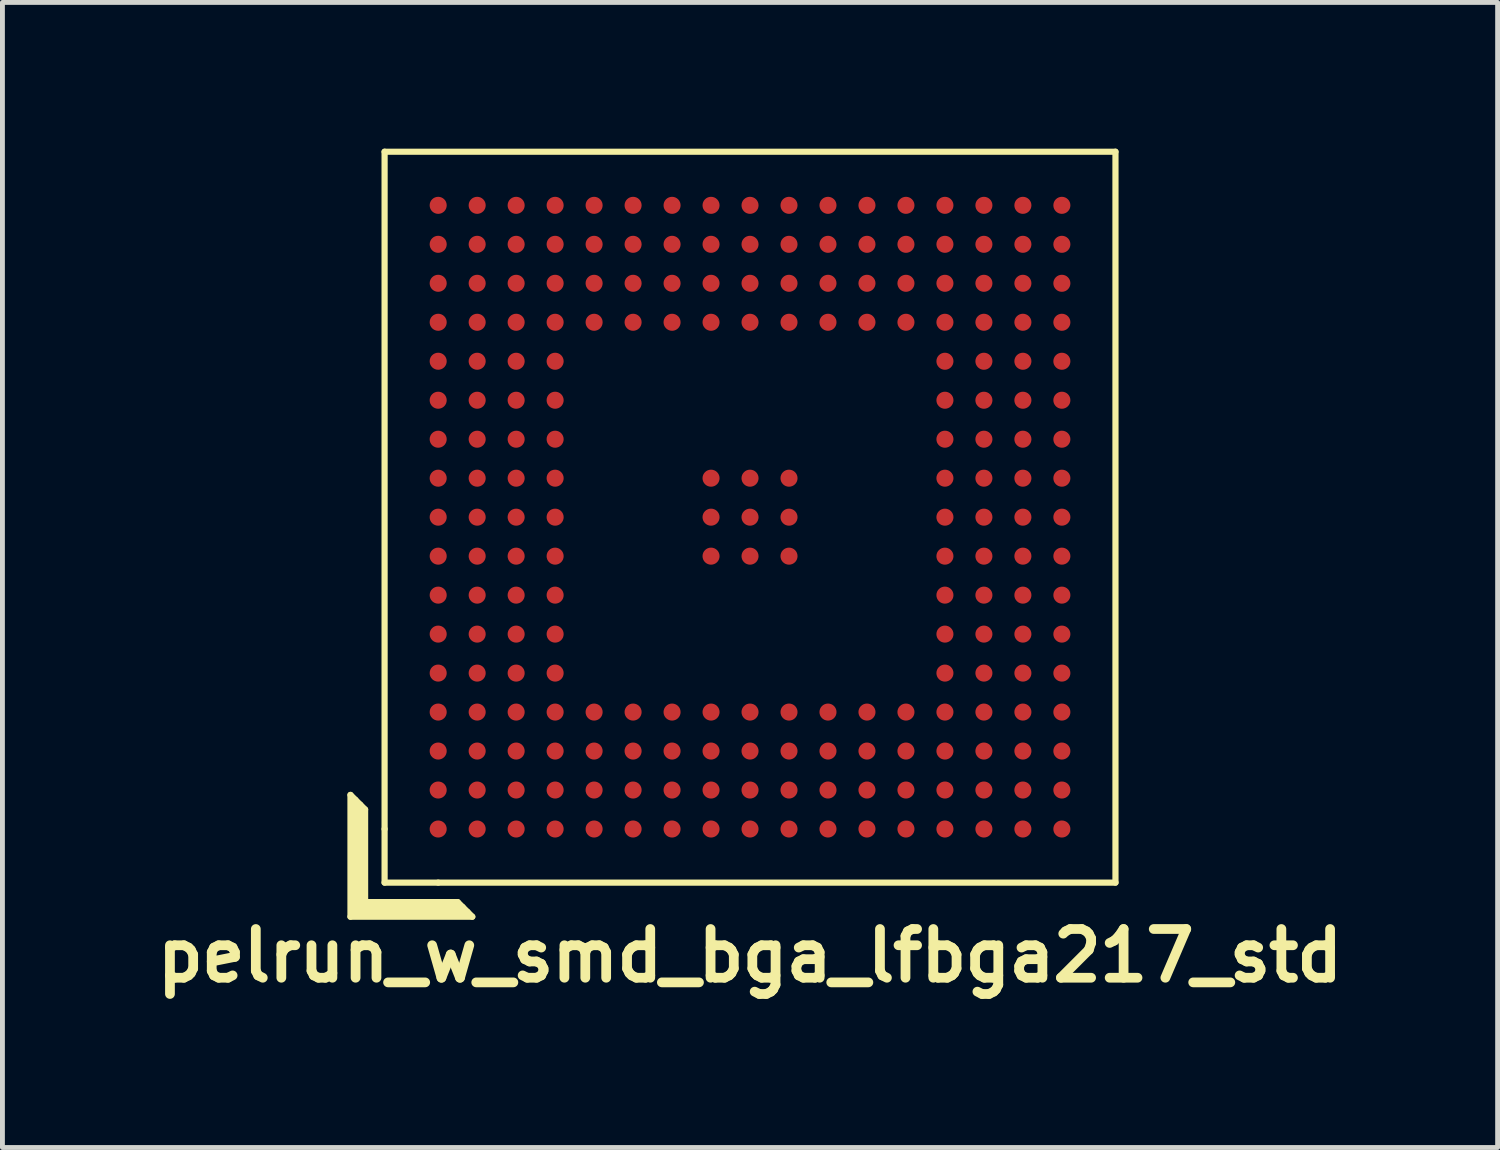
<source format=kicad_pcb>
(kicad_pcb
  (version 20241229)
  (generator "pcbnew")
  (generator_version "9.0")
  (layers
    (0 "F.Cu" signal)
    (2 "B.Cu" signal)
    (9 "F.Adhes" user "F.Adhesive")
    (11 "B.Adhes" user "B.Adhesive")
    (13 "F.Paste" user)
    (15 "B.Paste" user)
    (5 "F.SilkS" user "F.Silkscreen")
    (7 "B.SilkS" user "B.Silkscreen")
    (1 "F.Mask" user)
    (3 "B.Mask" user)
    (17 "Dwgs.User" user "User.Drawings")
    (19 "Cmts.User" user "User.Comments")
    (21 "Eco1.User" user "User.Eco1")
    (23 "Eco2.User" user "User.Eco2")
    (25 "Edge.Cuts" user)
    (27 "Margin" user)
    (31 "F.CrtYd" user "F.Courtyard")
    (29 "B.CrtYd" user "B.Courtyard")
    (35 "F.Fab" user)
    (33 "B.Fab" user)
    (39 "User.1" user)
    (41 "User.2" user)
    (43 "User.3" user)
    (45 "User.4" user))
  (footprint "pelrun_w_smd_bga_lfbga217_std"
    (layer "F.Cu")
    (at 12.343 7.564)
    (property "Reference" "pelrun_w_smd_bga_lfbga217_std" (at 0 9 0) (layer "F.SilkS") (effects (font (size 1 1) (thickness 0.2))))
    (attr through_hole)
    (fp_line (start -8.2 5.7) (end -7.9 6) (stroke (width 0.127) (type solid)) (layer "F.SilkS"))
    (fp_line (start -8.2 8.2) (end -8.2 5.7) (stroke (width 0.127) (type solid)) (layer "F.SilkS"))
    (fp_line (start -8.1 8.1) (end -8.1 5.8) (stroke (width 0.127) (type solid)) (layer "F.SilkS"))
    (fp_line (start -8 5.9) (end -8 8) (stroke (width 0.127) (type solid)) (layer "F.SilkS"))
    (fp_line (start -8 8) (end -5.9 8) (stroke (width 0.127) (type solid)) (layer "F.SilkS"))
    (fp_line (start -7.9 6) (end -7.9 7.9) (stroke (width 0.127) (type solid)) (layer "F.SilkS"))
    (fp_line (start -7.9 7.9) (end -6 7.9) (stroke (width 0.127) (type solid)) (layer "F.SilkS"))
    (fp_line (start -7.5 -7.5) (end 7.5 -7.5) (stroke (width 0.127) (type solid)) (layer "F.SilkS"))
    (fp_line (start -7.5 6.4) (end -7.5 -7.5) (stroke (width 0.127) (type solid)) (layer "F.SilkS"))
    (fp_line (start -7.5 6.4) (end -7.5 7.5) (stroke (width 0.127) (type solid)) (layer "F.SilkS"))
    (fp_line (start -7.5 7.5) (end -6.4 7.5) (stroke (width 0.127) (type solid)) (layer "F.SilkS"))
    (fp_line (start -6 7.9) (end -5.7 8.2) (stroke (width 0.127) (type solid)) (layer "F.SilkS"))
    (fp_line (start -5.8 8.1) (end -8.1 8.1) (stroke (width 0.127) (type solid)) (layer "F.SilkS"))
    (fp_line (start -5.7 8.2) (end -8.2 8.2) (stroke (width 0.127) (type solid)) (layer "F.SilkS"))
    (fp_line (start 7.5 -7.5) (end 7.5 7.5) (stroke (width 0.127) (type solid)) (layer "F.SilkS"))
    (fp_line (start 7.5 7.5) (end -6.4 7.5) (stroke (width 0.127) (type solid)) (layer "F.SilkS"))
    (pad "A1" smd circle (at -6.4 6.4 90) (size 0.35 0.35) (layers "F.Cu" "F.Mask" "F.Paste"))
    (pad "A2" smd circle (at -6.4 5.6 90) (size 0.35 0.35) (layers "F.Cu" "F.Mask" "F.Paste"))
    (pad "A3" smd circle (at -6.4 4.8 90) (size 0.35 0.35) (layers "F.Cu" "F.Mask" "F.Paste"))
    (pad "A4" smd circle (at -6.4 4 90) (size 0.35 0.35) (layers "F.Cu" "F.Mask" "F.Paste"))
    (pad "A5" smd circle (at -6.4 3.2 90) (size 0.35 0.35) (layers "F.Cu" "F.Mask" "F.Paste"))
    (pad "A6" smd circle (at -6.4 2.4 90) (size 0.35 0.35) (layers "F.Cu" "F.Mask" "F.Paste"))
    (pad "A7" smd circle (at -6.4 1.6 90) (size 0.35 0.35) (layers "F.Cu" "F.Mask" "F.Paste"))
    (pad "A8" smd circle (at -6.4 0.8 90) (size 0.35 0.35) (layers "F.Cu" "F.Mask" "F.Paste"))
    (pad "A9" smd circle (at -6.4 0 90) (size 0.35 0.35) (layers "F.Cu" "F.Mask" "F.Paste"))
    (pad "A10" smd circle (at -6.4 -0.8 90) (size 0.35 0.35) (layers "F.Cu" "F.Mask" "F.Paste"))
    (pad "A11" smd circle (at -6.4 -1.6 90) (size 0.35 0.35) (layers "F.Cu" "F.Mask" "F.Paste"))
    (pad "A12" smd circle (at -6.4 -2.4 90) (size 0.35 0.35) (layers "F.Cu" "F.Mask" "F.Paste"))
    (pad "A13" smd circle (at -6.4 -3.2 90) (size 0.35 0.35) (layers "F.Cu" "F.Mask" "F.Paste"))
    (pad "A14" smd circle (at -6.4 -4 90) (size 0.35 0.35) (layers "F.Cu" "F.Mask" "F.Paste"))
    (pad "A15" smd circle (at -6.4 -4.8 90) (size 0.35 0.35) (layers "F.Cu" "F.Mask" "F.Paste"))
    (pad "A16" smd circle (at -6.4 -5.6 90) (size 0.35 0.35) (layers "F.Cu" "F.Mask" "F.Paste"))
    (pad "A17" smd circle (at -6.4 -6.4 90) (size 0.35 0.35) (layers "F.Cu" "F.Mask" "F.Paste"))
    (pad "B1" smd circle (at -5.6 6.4 90) (size 0.35 0.35) (layers "F.Cu" "F.Mask" "F.Paste"))
    (pad "B2" smd circle (at -5.6 5.6 90) (size 0.35 0.35) (layers "F.Cu" "F.Mask" "F.Paste"))
    (pad "B3" smd circle (at -5.6 4.8 90) (size 0.35 0.35) (layers "F.Cu" "F.Mask" "F.Paste"))
    (pad "B4" smd circle (at -5.6 4 90) (size 0.35 0.35) (layers "F.Cu" "F.Mask" "F.Paste"))
    (pad "B5" smd circle (at -5.6 3.2 90) (size 0.35 0.35) (layers "F.Cu" "F.Mask" "F.Paste"))
    (pad "B6" smd circle (at -5.6 2.4 90) (size 0.35 0.35) (layers "F.Cu" "F.Mask" "F.Paste"))
    (pad "B7" smd circle (at -5.6 1.6 90) (size 0.35 0.35) (layers "F.Cu" "F.Mask" "F.Paste"))
    (pad "B8" smd circle (at -5.6 0.8 90) (size 0.35 0.35) (layers "F.Cu" "F.Mask" "F.Paste"))
    (pad "B9" smd circle (at -5.6 0 90) (size 0.35 0.35) (layers "F.Cu" "F.Mask" "F.Paste"))
    (pad "B10" smd circle (at -5.6 -0.8 90) (size 0.35 0.35) (layers "F.Cu" "F.Mask" "F.Paste"))
    (pad "B11" smd circle (at -5.6 -1.6 90) (size 0.35 0.35) (layers "F.Cu" "F.Mask" "F.Paste"))
    (pad "B12" smd circle (at -5.6 -2.4 90) (size 0.35 0.35) (layers "F.Cu" "F.Mask" "F.Paste"))
    (pad "B13" smd circle (at -5.6 -3.2 90) (size 0.35 0.35) (layers "F.Cu" "F.Mask" "F.Paste"))
    (pad "B14" smd circle (at -5.6 -4 90) (size 0.35 0.35) (layers "F.Cu" "F.Mask" "F.Paste"))
    (pad "B15" smd circle (at -5.6 -4.8 90) (size 0.35 0.35) (layers "F.Cu" "F.Mask" "F.Paste"))
    (pad "B16" smd circle (at -5.6 -5.6 90) (size 0.35 0.35) (layers "F.Cu" "F.Mask" "F.Paste"))
    (pad "B17" smd circle (at -5.6 -6.4 90) (size 0.35 0.35) (layers "F.Cu" "F.Mask" "F.Paste"))
    (pad "C1" smd circle (at -4.8 6.4 90) (size 0.35 0.35) (layers "F.Cu" "F.Mask" "F.Paste"))
    (pad "C2" smd circle (at -4.8 5.6 90) (size 0.35 0.35) (layers "F.Cu" "F.Mask" "F.Paste"))
    (pad "C3" smd circle (at -4.8 4.8 90) (size 0.35 0.35) (layers "F.Cu" "F.Mask" "F.Paste"))
    (pad "C4" smd circle (at -4.8 4 90) (size 0.35 0.35) (layers "F.Cu" "F.Mask" "F.Paste"))
    (pad "C5" smd circle (at -4.8 3.2 90) (size 0.35 0.35) (layers "F.Cu" "F.Mask" "F.Paste"))
    (pad "C6" smd circle (at -4.8 2.4 90) (size 0.35 0.35) (layers "F.Cu" "F.Mask" "F.Paste"))
    (pad "C7" smd circle (at -4.8 1.6 90) (size 0.35 0.35) (layers "F.Cu" "F.Mask" "F.Paste"))
    (pad "C8" smd circle (at -4.8 0.8 90) (size 0.35 0.35) (layers "F.Cu" "F.Mask" "F.Paste"))
    (pad "C9" smd circle (at -4.8 0 90) (size 0.35 0.35) (layers "F.Cu" "F.Mask" "F.Paste"))
    (pad "C10" smd circle (at -4.8 -0.8 90) (size 0.35 0.35) (layers "F.Cu" "F.Mask" "F.Paste"))
    (pad "C11" smd circle (at -4.8 -1.6 90) (size 0.35 0.35) (layers "F.Cu" "F.Mask" "F.Paste"))
    (pad "C12" smd circle (at -4.8 -2.4 90) (size 0.35 0.35) (layers "F.Cu" "F.Mask" "F.Paste"))
    (pad "C13" smd circle (at -4.8 -3.2 90) (size 0.35 0.35) (layers "F.Cu" "F.Mask" "F.Paste"))
    (pad "C14" smd circle (at -4.8 -4 90) (size 0.35 0.35) (layers "F.Cu" "F.Mask" "F.Paste"))
    (pad "C15" smd circle (at -4.8 -4.8 90) (size 0.35 0.35) (layers "F.Cu" "F.Mask" "F.Paste"))
    (pad "C16" smd circle (at -4.8 -5.6 90) (size 0.35 0.35) (layers "F.Cu" "F.Mask" "F.Paste"))
    (pad "C17" smd circle (at -4.8 -6.4 90) (size 0.35 0.35) (layers "F.Cu" "F.Mask" "F.Paste"))
    (pad "D1" smd circle (at -4 6.4 90) (size 0.35 0.35) (layers "F.Cu" "F.Mask" "F.Paste"))
    (pad "D2" smd circle (at -4 5.6 90) (size 0.35 0.35) (layers "F.Cu" "F.Mask" "F.Paste"))
    (pad "D3" smd circle (at -4 4.8 90) (size 0.35 0.35) (layers "F.Cu" "F.Mask" "F.Paste"))
    (pad "D4" smd circle (at -4 4 90) (size 0.35 0.35) (layers "F.Cu" "F.Mask" "F.Paste"))
    (pad "D5" smd circle (at -4 3.2 90) (size 0.35 0.35) (layers "F.Cu" "F.Mask" "F.Paste"))
    (pad "D6" smd circle (at -4 2.4 90) (size 0.35 0.35) (layers "F.Cu" "F.Mask" "F.Paste"))
    (pad "D7" smd circle (at -4 1.6 90) (size 0.35 0.35) (layers "F.Cu" "F.Mask" "F.Paste"))
    (pad "D8" smd circle (at -4 0.8 90) (size 0.35 0.35) (layers "F.Cu" "F.Mask" "F.Paste"))
    (pad "D9" smd circle (at -4 0 90) (size 0.35 0.35) (layers "F.Cu" "F.Mask" "F.Paste"))
    (pad "D10" smd circle (at -4 -0.8 90) (size 0.35 0.35) (layers "F.Cu" "F.Mask" "F.Paste"))
    (pad "D11" smd circle (at -4 -1.6 90) (size 0.35 0.35) (layers "F.Cu" "F.Mask" "F.Paste"))
    (pad "D12" smd circle (at -4 -2.4 90) (size 0.35 0.35) (layers "F.Cu" "F.Mask" "F.Paste"))
    (pad "D13" smd circle (at -4 -3.2 90) (size 0.35 0.35) (layers "F.Cu" "F.Mask" "F.Paste"))
    (pad "D14" smd circle (at -4 -4 90) (size 0.35 0.35) (layers "F.Cu" "F.Mask" "F.Paste"))
    (pad "D15" smd circle (at -4 -4.8 90) (size 0.35 0.35) (layers "F.Cu" "F.Mask" "F.Paste"))
    (pad "D16" smd circle (at -4 -5.6 90) (size 0.35 0.35) (layers "F.Cu" "F.Mask" "F.Paste"))
    (pad "D17" smd circle (at -4 -6.4 90) (size 0.35 0.35) (layers "F.Cu" "F.Mask" "F.Paste"))
    (pad "E1" smd circle (at -3.2 6.4 90) (size 0.35 0.35) (layers "F.Cu" "F.Mask" "F.Paste"))
    (pad "E2" smd circle (at -3.2 5.6 90) (size 0.35 0.35) (layers "F.Cu" "F.Mask" "F.Paste"))
    (pad "E3" smd circle (at -3.2 4.8 90) (size 0.35 0.35) (layers "F.Cu" "F.Mask" "F.Paste"))
    (pad "E4" smd circle (at -3.2 4 90) (size 0.35 0.35) (layers "F.Cu" "F.Mask" "F.Paste"))
    (pad "E14" smd circle (at -3.2 -4 90) (size 0.35 0.35) (layers "F.Cu" "F.Mask" "F.Paste"))
    (pad "E15" smd circle (at -3.2 -4.8 90) (size 0.35 0.35) (layers "F.Cu" "F.Mask" "F.Paste"))
    (pad "E16" smd circle (at -3.2 -5.6 90) (size 0.35 0.35) (layers "F.Cu" "F.Mask" "F.Paste"))
    (pad "E17" smd circle (at -3.2 -6.4 90) (size 0.35 0.35) (layers "F.Cu" "F.Mask" "F.Paste"))
    (pad "F1" smd circle (at -2.4 6.4 90) (size 0.35 0.35) (layers "F.Cu" "F.Mask" "F.Paste"))
    (pad "F2" smd circle (at -2.4 5.6 90) (size 0.35 0.35) (layers "F.Cu" "F.Mask" "F.Paste"))
    (pad "F3" smd circle (at -2.4 4.8 90) (size 0.35 0.35) (layers "F.Cu" "F.Mask" "F.Paste"))
    (pad "F4" smd circle (at -2.4 4 90) (size 0.35 0.35) (layers "F.Cu" "F.Mask" "F.Paste"))
    (pad "F14" smd circle (at -2.4 -4 90) (size 0.35 0.35) (layers "F.Cu" "F.Mask" "F.Paste"))
    (pad "F15" smd circle (at -2.4 -4.8 90) (size 0.35 0.35) (layers "F.Cu" "F.Mask" "F.Paste"))
    (pad "F16" smd circle (at -2.4 -5.6 90) (size 0.35 0.35) (layers "F.Cu" "F.Mask" "F.Paste"))
    (pad "F17" smd circle (at -2.4 -6.4 90) (size 0.35 0.35) (layers "F.Cu" "F.Mask" "F.Paste"))
    (pad "G1" smd circle (at -1.6 6.4 90) (size 0.35 0.35) (layers "F.Cu" "F.Mask" "F.Paste"))
    (pad "G2" smd circle (at -1.6 5.6 90) (size 0.35 0.35) (layers "F.Cu" "F.Mask" "F.Paste"))
    (pad "G3" smd circle (at -1.6 4.8 90) (size 0.35 0.35) (layers "F.Cu" "F.Mask" "F.Paste"))
    (pad "G4" smd circle (at -1.6 4 90) (size 0.35 0.35) (layers "F.Cu" "F.Mask" "F.Paste"))
    (pad "G14" smd circle (at -1.6 -4 90) (size 0.35 0.35) (layers "F.Cu" "F.Mask" "F.Paste"))
    (pad "G15" smd circle (at -1.6 -4.8 90) (size 0.35 0.35) (layers "F.Cu" "F.Mask" "F.Paste"))
    (pad "G16" smd circle (at -1.6 -5.6 90) (size 0.35 0.35) (layers "F.Cu" "F.Mask" "F.Paste"))
    (pad "G17" smd circle (at -1.6 -6.4 90) (size 0.35 0.35) (layers "F.Cu" "F.Mask" "F.Paste"))
    (pad "H1" smd circle (at -0.8 6.4 90) (size 0.35 0.35) (layers "F.Cu" "F.Mask" "F.Paste"))
    (pad "H2" smd circle (at -0.8 5.6 90) (size 0.35 0.35) (layers "F.Cu" "F.Mask" "F.Paste"))
    (pad "H3" smd circle (at -0.8 4.8 90) (size 0.35 0.35) (layers "F.Cu" "F.Mask" "F.Paste"))
    (pad "H4" smd circle (at -0.8 4 90) (size 0.35 0.35) (layers "F.Cu" "F.Mask" "F.Paste"))
    (pad "H8" smd circle (at -0.8 0.8 90) (size 0.35 0.35) (layers "F.Cu" "F.Mask" "F.Paste"))
    (pad "H9" smd circle (at -0.8 0 90) (size 0.35 0.35) (layers "F.Cu" "F.Mask" "F.Paste"))
    (pad "H10" smd circle (at -0.8 -0.8 90) (size 0.35 0.35) (layers "F.Cu" "F.Mask" "F.Paste"))
    (pad "H14" smd circle (at -0.8 -4 90) (size 0.35 0.35) (layers "F.Cu" "F.Mask" "F.Paste"))
    (pad "H15" smd circle (at -0.8 -4.8 90) (size 0.35 0.35) (layers "F.Cu" "F.Mask" "F.Paste"))
    (pad "H16" smd circle (at -0.8 -5.6 90) (size 0.35 0.35) (layers "F.Cu" "F.Mask" "F.Paste"))
    (pad "H17" smd circle (at -0.8 -6.4 90) (size 0.35 0.35) (layers "F.Cu" "F.Mask" "F.Paste"))
    (pad "J1" smd circle (at 0 6.4 90) (size 0.35 0.35) (layers "F.Cu" "F.Mask" "F.Paste"))
    (pad "J2" smd circle (at 0 5.6 90) (size 0.35 0.35) (layers "F.Cu" "F.Mask" "F.Paste"))
    (pad "J3" smd circle (at 0 4.8 90) (size 0.35 0.35) (layers "F.Cu" "F.Mask" "F.Paste"))
    (pad "J4" smd circle (at 0 4 90) (size 0.35 0.35) (layers "F.Cu" "F.Mask" "F.Paste"))
    (pad "J8" smd circle (at 0 0.8 90) (size 0.35 0.35) (layers "F.Cu" "F.Mask" "F.Paste"))
    (pad "J9" smd circle (at 0 0 90) (size 0.35 0.35) (layers "F.Cu" "F.Mask" "F.Paste"))
    (pad "J10" smd circle (at 0 -0.8 90) (size 0.35 0.35) (layers "F.Cu" "F.Mask" "F.Paste"))
    (pad "J14" smd circle (at 0 -4 90) (size 0.35 0.35) (layers "F.Cu" "F.Mask" "F.Paste"))
    (pad "J15" smd circle (at 0 -4.8 90) (size 0.35 0.35) (layers "F.Cu" "F.Mask" "F.Paste"))
    (pad "J16" smd circle (at 0 -5.6 90) (size 0.35 0.35) (layers "F.Cu" "F.Mask" "F.Paste"))
    (pad "J17" smd circle (at 0 -6.4 90) (size 0.35 0.35) (layers "F.Cu" "F.Mask" "F.Paste"))
    (pad "K1" smd circle (at 0.8 6.4 90) (size 0.35 0.35) (layers "F.Cu" "F.Mask" "F.Paste"))
    (pad "K2" smd circle (at 0.8 5.6 90) (size 0.35 0.35) (layers "F.Cu" "F.Mask" "F.Paste"))
    (pad "K3" smd circle (at 0.8 4.8 90) (size 0.35 0.35) (layers "F.Cu" "F.Mask" "F.Paste"))
    (pad "K4" smd circle (at 0.8 4 90) (size 0.35 0.35) (layers "F.Cu" "F.Mask" "F.Paste"))
    (pad "K8" smd circle (at 0.8 0.8 90) (size 0.35 0.35) (layers "F.Cu" "F.Mask" "F.Paste"))
    (pad "K9" smd circle (at 0.8 0 90) (size 0.35 0.35) (layers "F.Cu" "F.Mask" "F.Paste"))
    (pad "K10" smd circle (at 0.8 -0.8 90) (size 0.35 0.35) (layers "F.Cu" "F.Mask" "F.Paste"))
    (pad "K14" smd circle (at 0.8 -4 90) (size 0.35 0.35) (layers "F.Cu" "F.Mask" "F.Paste"))
    (pad "K15" smd circle (at 0.8 -4.8 90) (size 0.35 0.35) (layers "F.Cu" "F.Mask" "F.Paste"))
    (pad "K16" smd circle (at 0.8 -5.6 90) (size 0.35 0.35) (layers "F.Cu" "F.Mask" "F.Paste"))
    (pad "K17" smd circle (at 0.8 -6.4 90) (size 0.35 0.35) (layers "F.Cu" "F.Mask" "F.Paste"))
    (pad "L1" smd circle (at 1.6 6.4 90) (size 0.35 0.35) (layers "F.Cu" "F.Mask" "F.Paste"))
    (pad "L2" smd circle (at 1.6 5.6 90) (size 0.35 0.35) (layers "F.Cu" "F.Mask" "F.Paste"))
    (pad "L3" smd circle (at 1.6 4.8 90) (size 0.35 0.35) (layers "F.Cu" "F.Mask" "F.Paste"))
    (pad "L4" smd circle (at 1.6 4 90) (size 0.35 0.35) (layers "F.Cu" "F.Mask" "F.Paste"))
    (pad "L14" smd circle (at 1.6 -4 90) (size 0.35 0.35) (layers "F.Cu" "F.Mask" "F.Paste"))
    (pad "L15" smd circle (at 1.6 -4.8 90) (size 0.35 0.35) (layers "F.Cu" "F.Mask" "F.Paste"))
    (pad "L16" smd circle (at 1.6 -5.6 90) (size 0.35 0.35) (layers "F.Cu" "F.Mask" "F.Paste"))
    (pad "L17" smd circle (at 1.6 -6.4 90) (size 0.35 0.35) (layers "F.Cu" "F.Mask" "F.Paste"))
    (pad "M1" smd circle (at 2.4 6.4 90) (size 0.35 0.35) (layers "F.Cu" "F.Mask" "F.Paste"))
    (pad "M2" smd circle (at 2.4 5.6 90) (size 0.35 0.35) (layers "F.Cu" "F.Mask" "F.Paste"))
    (pad "M3" smd circle (at 2.4 4.8 90) (size 0.35 0.35) (layers "F.Cu" "F.Mask" "F.Paste"))
    (pad "M4" smd circle (at 2.4 4 90) (size 0.35 0.35) (layers "F.Cu" "F.Mask" "F.Paste"))
    (pad "M14" smd circle (at 2.4 -4 90) (size 0.35 0.35) (layers "F.Cu" "F.Mask" "F.Paste"))
    (pad "M15" smd circle (at 2.4 -4.8 90) (size 0.35 0.35) (layers "F.Cu" "F.Mask" "F.Paste"))
    (pad "M16" smd circle (at 2.4 -5.6 90) (size 0.35 0.35) (layers "F.Cu" "F.Mask" "F.Paste"))
    (pad "M17" smd circle (at 2.4 -6.4 90) (size 0.35 0.35) (layers "F.Cu" "F.Mask" "F.Paste"))
    (pad "N1" smd circle (at 3.2 6.4 90) (size 0.35 0.35) (layers "F.Cu" "F.Mask" "F.Paste"))
    (pad "N2" smd circle (at 3.2 5.6 90) (size 0.35 0.35) (layers "F.Cu" "F.Mask" "F.Paste"))
    (pad "N3" smd circle (at 3.2 4.8 90) (size 0.35 0.35) (layers "F.Cu" "F.Mask" "F.Paste"))
    (pad "N4" smd circle (at 3.2 4 90) (size 0.35 0.35) (layers "F.Cu" "F.Mask" "F.Paste"))
    (pad "N14" smd circle (at 3.2 -4 90) (size 0.35 0.35) (layers "F.Cu" "F.Mask" "F.Paste"))
    (pad "N15" smd circle (at 3.2 -4.8 90) (size 0.35 0.35) (layers "F.Cu" "F.Mask" "F.Paste"))
    (pad "N16" smd circle (at 3.2 -5.6 90) (size 0.35 0.35) (layers "F.Cu" "F.Mask" "F.Paste"))
    (pad "N17" smd circle (at 3.2 -6.4 90) (size 0.35 0.35) (layers "F.Cu" "F.Mask" "F.Paste"))
    (pad "P1" smd circle (at 4 6.4 90) (size 0.35 0.35) (layers "F.Cu" "F.Mask" "F.Paste"))
    (pad "P2" smd circle (at 4 5.6 90) (size 0.35 0.35) (layers "F.Cu" "F.Mask" "F.Paste"))
    (pad "P3" smd circle (at 4 4.8 90) (size 0.35 0.35) (layers "F.Cu" "F.Mask" "F.Paste"))
    (pad "P4" smd circle (at 4 4 90) (size 0.35 0.35) (layers "F.Cu" "F.Mask" "F.Paste"))
    (pad "P5" smd circle (at 4 3.2 90) (size 0.35 0.35) (layers "F.Cu" "F.Mask" "F.Paste"))
    (pad "P6" smd circle (at 4 2.4 90) (size 0.35 0.35) (layers "F.Cu" "F.Mask" "F.Paste"))
    (pad "P7" smd circle (at 4 1.6 90) (size 0.35 0.35) (layers "F.Cu" "F.Mask" "F.Paste"))
    (pad "P8" smd circle (at 4 0.8 90) (size 0.35 0.35) (layers "F.Cu" "F.Mask" "F.Paste"))
    (pad "P9" smd circle (at 4 0 90) (size 0.35 0.35) (layers "F.Cu" "F.Mask" "F.Paste"))
    (pad "P10" smd circle (at 4 -0.8 90) (size 0.35 0.35) (layers "F.Cu" "F.Mask" "F.Paste"))
    (pad "P11" smd circle (at 4 -1.6 90) (size 0.35 0.35) (layers "F.Cu" "F.Mask" "F.Paste"))
    (pad "P12" smd circle (at 4 -2.4 90) (size 0.35 0.35) (layers "F.Cu" "F.Mask" "F.Paste"))
    (pad "P13" smd circle (at 4 -3.2 90) (size 0.35 0.35) (layers "F.Cu" "F.Mask" "F.Paste"))
    (pad "P14" smd circle (at 4 -4 90) (size 0.35 0.35) (layers "F.Cu" "F.Mask" "F.Paste"))
    (pad "P15" smd circle (at 4 -4.8 90) (size 0.35 0.35) (layers "F.Cu" "F.Mask" "F.Paste"))
    (pad "P16" smd circle (at 4 -5.6 90) (size 0.35 0.35) (layers "F.Cu" "F.Mask" "F.Paste"))
    (pad "P17" smd circle (at 4 -6.4 90) (size 0.35 0.35) (layers "F.Cu" "F.Mask" "F.Paste"))
    (pad "R1" smd circle (at 4.8 6.4 90) (size 0.35 0.35) (layers "F.Cu" "F.Mask" "F.Paste"))
    (pad "R2" smd circle (at 4.8 5.6 90) (size 0.35 0.35) (layers "F.Cu" "F.Mask" "F.Paste"))
    (pad "R3" smd circle (at 4.8 4.8 90) (size 0.35 0.35) (layers "F.Cu" "F.Mask" "F.Paste"))
    (pad "R4" smd circle (at 4.8 4 90) (size 0.35 0.35) (layers "F.Cu" "F.Mask" "F.Paste"))
    (pad "R5" smd circle (at 4.8 3.2 90) (size 0.35 0.35) (layers "F.Cu" "F.Mask" "F.Paste"))
    (pad "R6" smd circle (at 4.8 2.4 90) (size 0.35 0.35) (layers "F.Cu" "F.Mask" "F.Paste"))
    (pad "R7" smd circle (at 4.8 1.6 90) (size 0.35 0.35) (layers "F.Cu" "F.Mask" "F.Paste"))
    (pad "R8" smd circle (at 4.8 0.8 90) (size 0.35 0.35) (layers "F.Cu" "F.Mask" "F.Paste"))
    (pad "R9" smd circle (at 4.8 0 90) (size 0.35 0.35) (layers "F.Cu" "F.Mask" "F.Paste"))
    (pad "R10" smd circle (at 4.8 -0.8 90) (size 0.35 0.35) (layers "F.Cu" "F.Mask" "F.Paste"))
    (pad "R11" smd circle (at 4.8 -1.6 90) (size 0.35 0.35) (layers "F.Cu" "F.Mask" "F.Paste"))
    (pad "R12" smd circle (at 4.8 -2.4 90) (size 0.35 0.35) (layers "F.Cu" "F.Mask" "F.Paste"))
    (pad "R13" smd circle (at 4.8 -3.2 90) (size 0.35 0.35) (layers "F.Cu" "F.Mask" "F.Paste"))
    (pad "R14" smd circle (at 4.8 -4 90) (size 0.35 0.35) (layers "F.Cu" "F.Mask" "F.Paste"))
    (pad "R15" smd circle (at 4.8 -4.8 90) (size 0.35 0.35) (layers "F.Cu" "F.Mask" "F.Paste"))
    (pad "R16" smd circle (at 4.8 -5.6 90) (size 0.35 0.35) (layers "F.Cu" "F.Mask" "F.Paste"))
    (pad "R17" smd circle (at 4.8 -6.4 90) (size 0.35 0.35) (layers "F.Cu" "F.Mask" "F.Paste"))
    (pad "T1" smd circle (at 5.6 6.4 90) (size 0.35 0.35) (layers "F.Cu" "F.Mask" "F.Paste"))
    (pad "T2" smd circle (at 5.6 5.6 90) (size 0.35 0.35) (layers "F.Cu" "F.Mask" "F.Paste"))
    (pad "T3" smd circle (at 5.6 4.8 90) (size 0.35 0.35) (layers "F.Cu" "F.Mask" "F.Paste"))
    (pad "T4" smd circle (at 5.6 4 90) (size 0.35 0.35) (layers "F.Cu" "F.Mask" "F.Paste"))
    (pad "T5" smd circle (at 5.6 3.2 90) (size 0.35 0.35) (layers "F.Cu" "F.Mask" "F.Paste"))
    (pad "T6" smd circle (at 5.6 2.4 90) (size 0.35 0.35) (layers "F.Cu" "F.Mask" "F.Paste"))
    (pad "T7" smd circle (at 5.6 1.6 90) (size 0.35 0.35) (layers "F.Cu" "F.Mask" "F.Paste"))
    (pad "T8" smd circle (at 5.6 0.8 90) (size 0.35 0.35) (layers "F.Cu" "F.Mask" "F.Paste"))
    (pad "T9" smd circle (at 5.6 0 90) (size 0.35 0.35) (layers "F.Cu" "F.Mask" "F.Paste"))
    (pad "T10" smd circle (at 5.6 -0.8 90) (size 0.35 0.35) (layers "F.Cu" "F.Mask" "F.Paste"))
    (pad "T11" smd circle (at 5.6 -1.6 90) (size 0.35 0.35) (layers "F.Cu" "F.Mask" "F.Paste"))
    (pad "T12" smd circle (at 5.6 -2.4 90) (size 0.35 0.35) (layers "F.Cu" "F.Mask" "F.Paste"))
    (pad "T13" smd circle (at 5.6 -3.2 90) (size 0.35 0.35) (layers "F.Cu" "F.Mask" "F.Paste"))
    (pad "T14" smd circle (at 5.6 -4 90) (size 0.35 0.35) (layers "F.Cu" "F.Mask" "F.Paste"))
    (pad "T15" smd circle (at 5.6 -4.8 90) (size 0.35 0.35) (layers "F.Cu" "F.Mask" "F.Paste"))
    (pad "T16" smd circle (at 5.6 -5.6 90) (size 0.35 0.35) (layers "F.Cu" "F.Mask" "F.Paste"))
    (pad "T17" smd circle (at 5.6 -6.4 90) (size 0.35 0.35) (layers "F.Cu" "F.Mask" "F.Paste"))
    (pad "U1" smd circle (at 6.4 6.4 90) (size 0.35 0.35) (layers "F.Cu" "F.Mask" "F.Paste"))
    (pad "U2" smd circle (at 6.4 5.6 90) (size 0.35 0.35) (layers "F.Cu" "F.Mask" "F.Paste"))
    (pad "U3" smd circle (at 6.4 4.8 90) (size 0.35 0.35) (layers "F.Cu" "F.Mask" "F.Paste"))
    (pad "U4" smd circle (at 6.4 4 90) (size 0.35 0.35) (layers "F.Cu" "F.Mask" "F.Paste"))
    (pad "U5" smd circle (at 6.4 3.2 90) (size 0.35 0.35) (layers "F.Cu" "F.Mask" "F.Paste"))
    (pad "U6" smd circle (at 6.4 2.4 90) (size 0.35 0.35) (layers "F.Cu" "F.Mask" "F.Paste"))
    (pad "U7" smd circle (at 6.4 1.6 90) (size 0.35 0.35) (layers "F.Cu" "F.Mask" "F.Paste"))
    (pad "U8" smd circle (at 6.4 0.8 90) (size 0.35 0.35) (layers "F.Cu" "F.Mask" "F.Paste"))
    (pad "U9" smd circle (at 6.4 0 90) (size 0.35 0.35) (layers "F.Cu" "F.Mask" "F.Paste"))
    (pad "U10" smd circle (at 6.4 -0.8 90) (size 0.35 0.35) (layers "F.Cu" "F.Mask" "F.Paste"))
    (pad "U11" smd circle (at 6.4 -1.6 90) (size 0.35 0.35) (layers "F.Cu" "F.Mask" "F.Paste"))
    (pad "U12" smd circle (at 6.4 -2.4 90) (size 0.35 0.35) (layers "F.Cu" "F.Mask" "F.Paste"))
    (pad "U13" smd circle (at 6.4 -3.2 90) (size 0.35 0.35) (layers "F.Cu" "F.Mask" "F.Paste"))
    (pad "U14" smd circle (at 6.4 -4 90) (size 0.35 0.35) (layers "F.Cu" "F.Mask" "F.Paste"))
    (pad "U15" smd circle (at 6.4 -4.8 90) (size 0.35 0.35) (layers "F.Cu" "F.Mask" "F.Paste"))
    (pad "U16" smd circle (at 6.4 -5.6 90) (size 0.35 0.35) (layers "F.Cu" "F.Mask" "F.Paste"))
    (pad "U17" smd circle (at 6.4 -6.4 90) (size 0.35 0.35) (layers "F.Cu" "F.Mask" "F.Paste")))
  (gr_rect
    (start -3 -3)
    (end 27.686 20.5)
    (stroke (width 0.1) (type default))
    (fill no)
    (layer "Edge.Cuts")))
</source>
